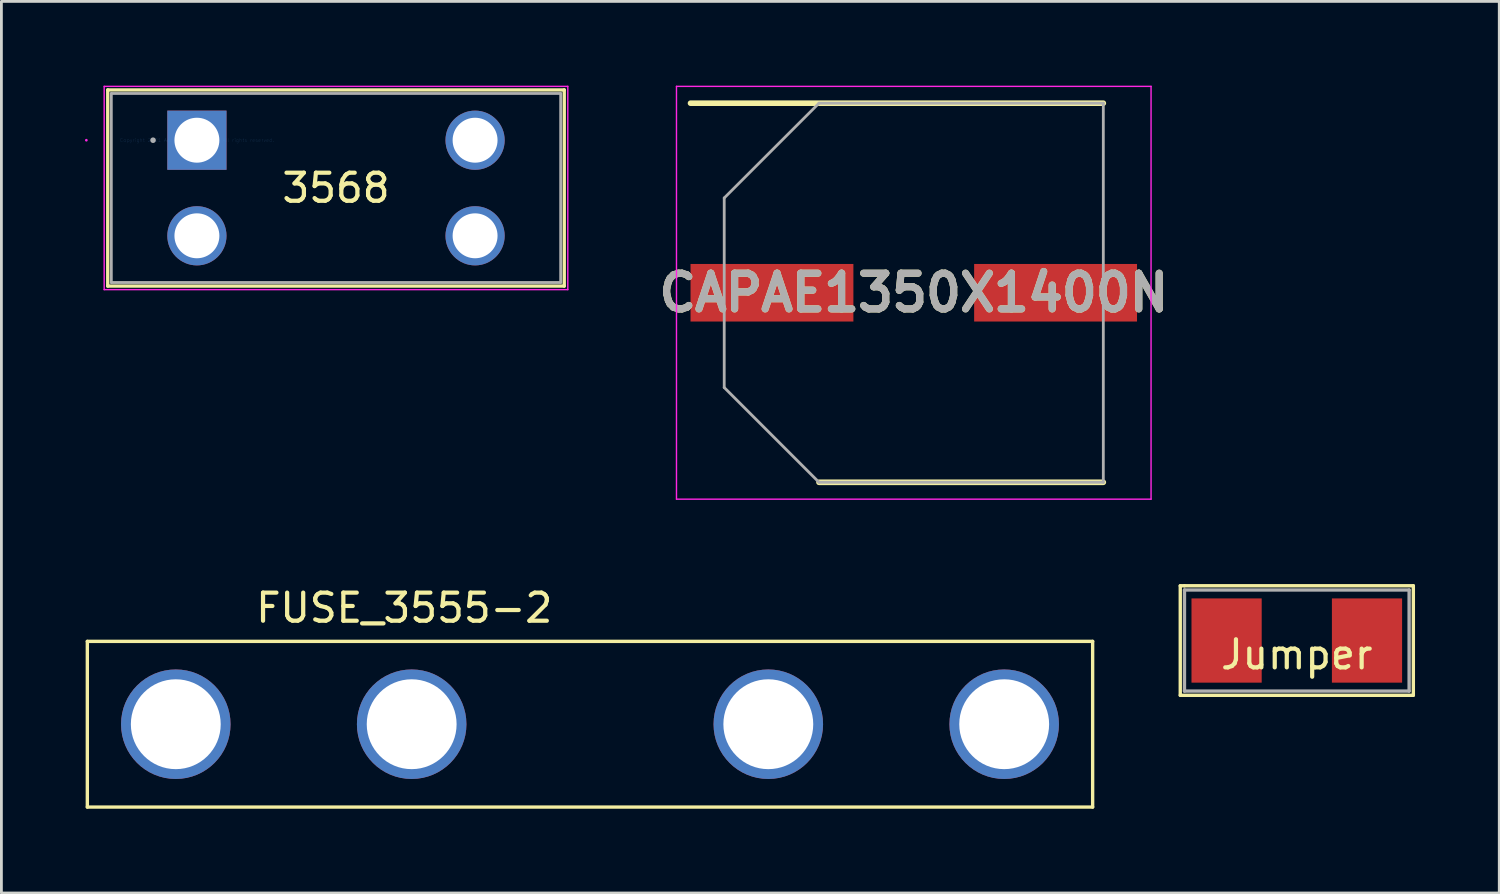
<source format=kicad_pcb>
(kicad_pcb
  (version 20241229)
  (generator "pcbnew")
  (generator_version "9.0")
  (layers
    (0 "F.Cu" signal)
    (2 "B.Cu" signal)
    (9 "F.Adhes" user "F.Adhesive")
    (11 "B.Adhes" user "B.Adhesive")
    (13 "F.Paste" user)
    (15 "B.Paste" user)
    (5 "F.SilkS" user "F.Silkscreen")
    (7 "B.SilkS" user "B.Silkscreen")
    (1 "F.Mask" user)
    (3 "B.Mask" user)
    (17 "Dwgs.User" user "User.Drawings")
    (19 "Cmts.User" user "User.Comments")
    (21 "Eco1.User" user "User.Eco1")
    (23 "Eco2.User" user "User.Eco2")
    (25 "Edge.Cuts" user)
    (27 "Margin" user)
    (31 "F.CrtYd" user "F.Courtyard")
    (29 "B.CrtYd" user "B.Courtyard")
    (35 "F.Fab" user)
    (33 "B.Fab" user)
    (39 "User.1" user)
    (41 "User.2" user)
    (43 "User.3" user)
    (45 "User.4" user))
  (footprint "Jumper"
    (layer "F.Cu")
    (at 43.13 19.76)
    (property "Reference" "Jumper" (at 0 0.5 0) (layer "F.SilkS") (effects (font (size 1 1) (thickness 0.15))))
    (attr through_hole)
    (fp_line (start -4.15 1.95) (end -4.15 -1.95) (stroke (width 0.12) (type solid)) (layer "F.SilkS"))
    (fp_line (start -4 -1.95) (end -4.15 -1.95) (stroke (width 0.12) (type solid)) (layer "F.SilkS"))
    (fp_line (start -4 -1.95) (end 4.15 -1.95) (stroke (width 0.12) (type solid)) (layer "F.SilkS"))
    (fp_line (start 4.15 -1.95) (end 4.15 1.95) (stroke (width 0.12) (type solid)) (layer "F.SilkS"))
    (fp_line (start 4.15 1.95) (end -4.15 1.95) (stroke (width 0.12) (type solid)) (layer "F.SilkS"))
    (fp_line (start -4 -1.8) (end 4 -1.8) (stroke (width 0.12) (type solid)) (layer "F.Fab"))
    (fp_line (start -4 1.8) (end -4 -1.8) (stroke (width 0.12) (type solid)) (layer "F.Fab"))
    (fp_line (start 4 -1.8) (end 4 1.8) (stroke (width 0.12) (type solid)) (layer "F.Fab"))
    (fp_line (start 4 1.8) (end -4 1.8) (stroke (width 0.12) (type solid)) (layer "F.Fab"))
    (pad "1" smd rect (at -2.5 0) (size 2.5 3) (layers "F.Cu" "F.Mask" "F.Paste"))
    (pad "2" smd rect (at 2.5 0) (size 2.5 3) (layers "F.Cu" "F.Mask" "F.Paste")))
  (footprint "FUSE_3555-2"
    (layer "F.Cu")
    (at 17.96 22.74)
    (property "Reference" "FUSE_3555-2" (at -6.614 -4.141 0) (layer "F.SilkS") (effects (font (size 1.001 1.001) (thickness 0.15))))
    (attr through_hole)
    (fp_line (start -17.9 -2.95) (end 17.9 -2.95) (stroke (width 0.12) (type solid)) (layer "F.SilkS"))
    (fp_line (start -17.9 2.95) (end -17.9 -2.95) (stroke (width 0.12) (type solid)) (layer "F.SilkS"))
    (fp_line (start -17.9 2.95) (end 17.9 2.95) (stroke (width 0.12) (type solid)) (layer "F.SilkS"))
    (fp_line (start 17.9 2.95) (end 17.9 -2.95) (stroke (width 0.12) (type solid)) (layer "F.SilkS"))
    (pad "1" thru_hole circle (at -14.75 0) (size 3.9 3.9) (drill 3.2) (layers "*.Cu" "*.Mask"))
    (pad "2" thru_hole circle (at -6.35 0) (size 3.9 3.9) (drill 3.2) (layers "*.Cu" "*.Mask"))
    (pad "3" thru_hole circle (at 6.35 0) (size 3.9 3.9) (drill 3.2) (layers "*.Cu" "*.Mask"))
    (pad "4" thru_hole circle (at 14.75 0) (size 3.9 3.9) (drill 3.2) (layers "*.Cu" "*.Mask")))
  (footprint "CAPAE1350X1400N"
    (layer "F.Cu")
    (at 29.49 7.375)
    (property "Reference" "CAPAE1350X1400N" (at 0 0 0) (layer "F.SilkS") (effects (font (size 1.27 1.27) (thickness 0.254))))
    (attr smd)
    (fp_line (start -7.95 -6.75) (end 6.75 -6.75) (stroke (width 0.2) (type solid)) (layer "F.SilkS"))
    (fp_line (start -3.375 6.75) (end 6.75 6.75) (stroke (width 0.2) (type solid)) (layer "F.SilkS"))
    (fp_line (start -8.45 -7.35) (end 8.45 -7.35) (stroke (width 0.05) (type solid)) (layer "F.CrtYd"))
    (fp_line (start -8.45 7.35) (end -8.45 -7.35) (stroke (width 0.05) (type solid)) (layer "F.CrtYd"))
    (fp_line (start 8.45 -7.35) (end 8.45 7.35) (stroke (width 0.05) (type solid)) (layer "F.CrtYd"))
    (fp_line (start 8.45 7.35) (end -8.45 7.35) (stroke (width 0.05) (type solid)) (layer "F.CrtYd"))
    (fp_line (start -6.75 -3.375) (end -6.75 3.375) (stroke (width 0.1) (type solid)) (layer "F.Fab"))
    (fp_line (start -6.75 3.375) (end -3.375 6.75) (stroke (width 0.1) (type solid)) (layer "F.Fab"))
    (fp_line (start -3.375 -6.75) (end -6.75 -3.375) (stroke (width 0.1) (type solid)) (layer "F.Fab"))
    (fp_line (start -3.375 6.75) (end 6.75 6.75) (stroke (width 0.1) (type solid)) (layer "F.Fab"))
    (fp_line (start 6.75 -6.75) (end -3.375 -6.75) (stroke (width 0.1) (type solid)) (layer "F.Fab"))
    (fp_line (start 6.75 6.75) (end 6.75 -6.75) (stroke (width 0.1) (type solid)) (layer "F.Fab"))
    (fp_text user "${REFERENCE}" (at 0 0 0) (layer "F.Fab") (effects (font (size 1.27 1.27) (thickness 0.254))))
    (pad "1" smd rect (at -5.05 0 90) (size 2.05 5.8) (layers "F.Cu" "F.Mask" "F.Paste"))
    (pad "2" smd rect (at 5.05 0 90) (size 2.05 5.8) (layers "F.Cu" "F.Mask" "F.Paste")))
  (footprint "3568"
    (layer "F.Cu")
    (at 3.962 1.943)
    (property "Reference" "3568" (at 4.953 1.702 0) (layer "F.SilkS") (effects (font (size 1 1) (thickness 0.15))))
    (attr through_hole)
    (fp_line (start -3.175 -1.791) (end -3.175 5.194) (stroke (width 0.12) (type solid)) (layer "F.SilkS"))
    (fp_line (start 13.081 -1.791) (end -3.175 -1.791) (stroke (width 0.12) (type solid)) (layer "F.SilkS"))
    (fp_line (start 13.081 -1.791) (end 13.081 5.194) (stroke (width 0.12) (type solid)) (layer "F.SilkS"))
    (fp_line (start 13.081 5.194) (end -3.175 5.194) (stroke (width 0.12) (type solid)) (layer "F.SilkS"))
    (fp_line (start -3.302 -1.918) (end 13.208 -1.918) (stroke (width 0.05) (type solid)) (layer "F.CrtYd"))
    (fp_line (start -3.302 5.321) (end -3.302 -1.918) (stroke (width 0.05) (type solid)) (layer "F.CrtYd"))
    (fp_line (start 13.208 -1.918) (end 13.208 5.321) (stroke (width 0.05) (type solid)) (layer "F.CrtYd"))
    (fp_line (start 13.208 5.321) (end -3.302 5.321) (stroke (width 0.05) (type solid)) (layer "F.CrtYd"))
    (fp_circle (center -3.937 0) (end -3.937 0) (stroke (width 0.05) (type solid)) (fill no) (layer "F.CrtYd"))
    (fp_line (start -3.048 -1.664) (end -3.048 5.067) (stroke (width 0.1) (type solid)) (layer "F.Fab"))
    (fp_line (start 12.954 -1.664) (end -3.048 -1.664) (stroke (width 0.1) (type solid)) (layer "F.Fab"))
    (fp_line (start 12.954 -1.664) (end 12.954 5.067) (stroke (width 0.1) (type solid)) (layer "F.Fab"))
    (fp_line (start 12.954 5.067) (end -3.048 5.067) (stroke (width 0.1) (type solid)) (layer "F.Fab"))
    (fp_circle (center -1.562 0) (end -1.562 0) (stroke (width 0.1) (type solid)) (fill no) (layer "F.Fab"))
    (fp_text user "*" (at 0 0 0) (layer "F.SilkS") (effects (font (size 1 1) (thickness 0.15))))
    (fp_text user "Copyright 2021 Accelerated Designs. All rights reserved." (at 0 0 0) (layer "Cmts.User") (effects (font (size 0.127 0.127) (thickness 0.002))))
    (fp_text user "*" (at 0 0 0) (layer "F.Fab") (effects (font (size 1 1) (thickness 0.15))))
    (pad "1" thru_hole rect (at 0 0) (size 2.108 2.108) (drill 1.6) (layers "*.Cu" "*.Mask"))
    (pad "1" thru_hole circle (at 0 3.404) (size 2.108 2.108) (drill 1.6) (layers "*.Cu" "*.Mask"))
    (pad "2" thru_hole circle (at 9.906 0) (size 2.108 2.108) (drill 1.6) (layers "*.Cu" "*.Mask"))
    (pad "2" thru_hole circle (at 9.906 3.404) (size 2.108 2.108) (drill 1.6) (layers "*.Cu" "*.Mask")))
  (gr_rect
    (start -3 -3)
    (end 50.34 28.75)
    (stroke (width 0.1) (type default))
    (fill no)
    (layer "Edge.Cuts")))
</source>
